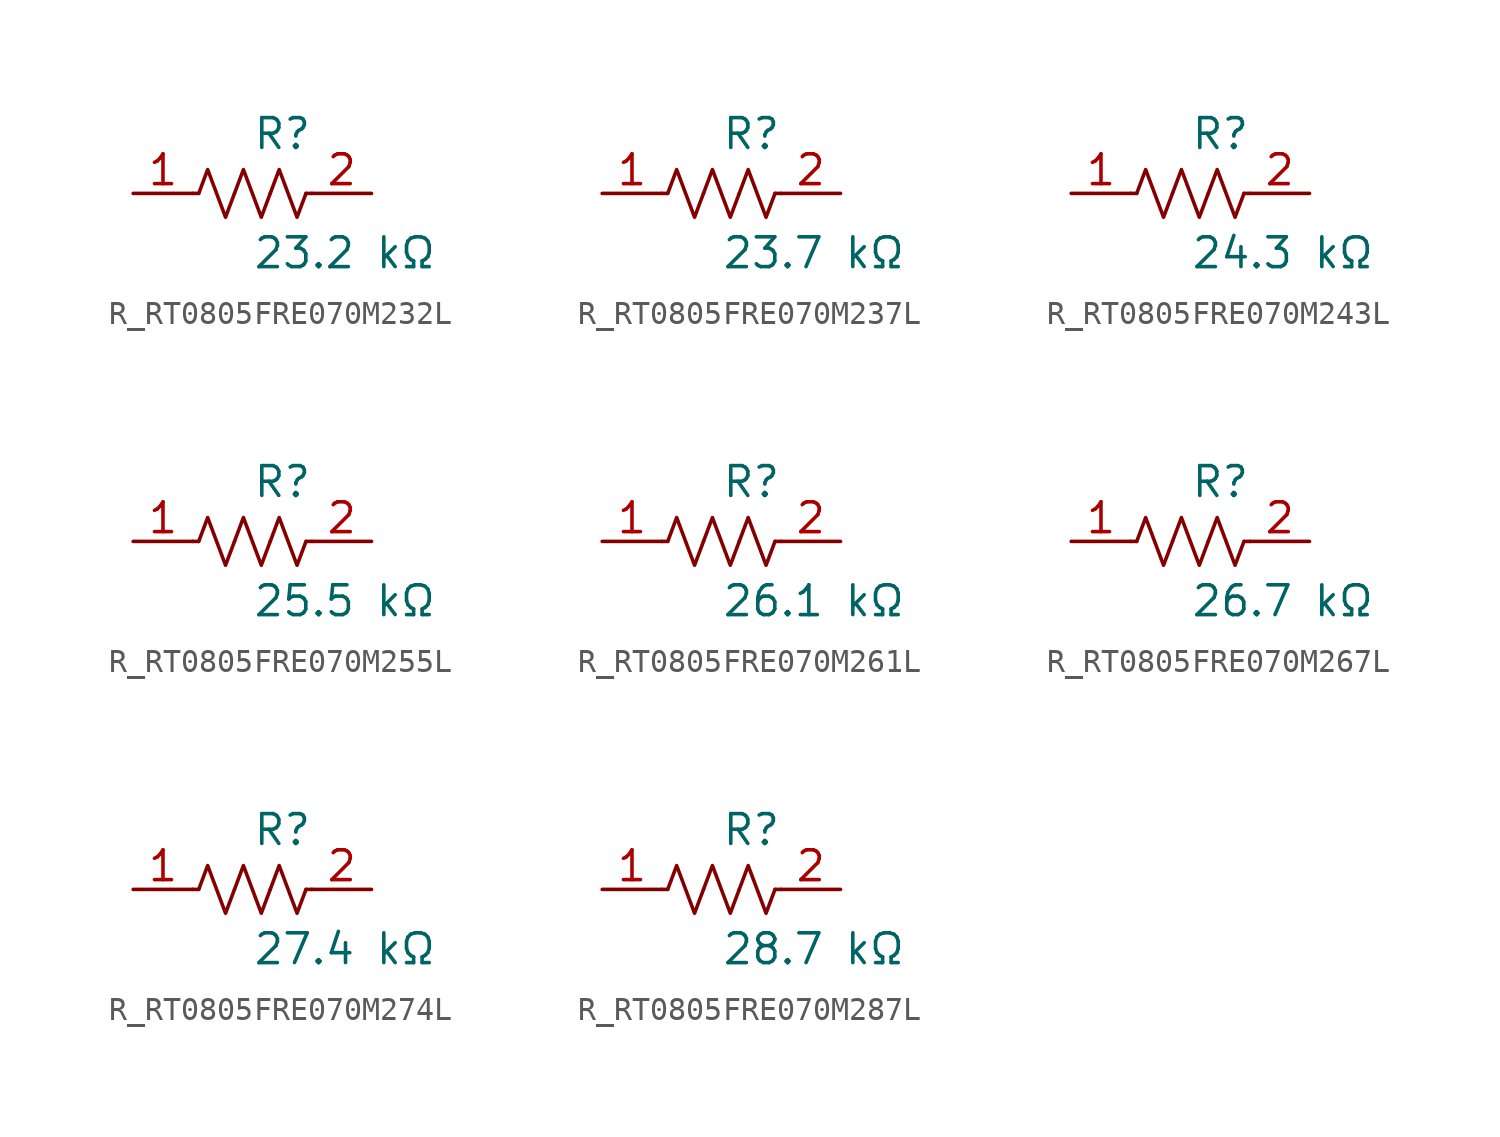
<source format=kicad_sym>
(kicad_symbol_lib
  (version 20231120)
  (generator kicad_symbol_editor)
  (generator_version 8.0)
  (symbol "R_RT0805FRE070M232L"
    (pin_names
      (offset 0.254))
    (property "Reference" "R"
      (at 0.0 2.54 0)
      (effects (font (size 1.27 1.27)) (justify left)))
    (property "Value" "23.2 kΩ"
      (at 0.0 -2.54 0)
      (effects (font (size 1.27 1.27)) (justify left)))
    (symbol "R_RT0805FRE070M232L_0_1"
      (polyline (pts (xy 2.286 0) (xy 2.54 0)) (stroke (width 0) (type default)) (fill (type none)))
      (polyline (pts (xy -2.286 0) (xy -2.54 0)) (stroke (width 0) (type default)) (fill (type none)))
      (polyline (pts (xy 0.762 0) (xy 1.143 1.016) (xy 1.524 0) (xy 1.905 -1.016) (xy 2.286 0)) (stroke (width 0) (type default)) (fill (type none)))
      (polyline (pts (xy -0.762 0) (xy -0.381 1.016) (xy 0 0) (xy 0.381 -1.016) (xy 0.762 0)) (stroke (width 0) (type default)) (fill (type none)))
      (polyline (pts (xy -2.286 0) (xy -1.905 1.016) (xy -1.524 0) (xy -1.143 -1.016) (xy -0.762 0)) (stroke (width 0) (type default)) (fill (type none))))
    (pin unspecified line
      (at -5.08 0 0)
      (length 2.54)
      (name "" (effects (font (size 1.27 1.27))))
      (number "1" (effects (font (size 1.27 1.27)))))
    (pin unspecified line
      (at 5.08 0 180)
      (length 2.54)
      (name "" (effects (font (size 1.27 1.27))))
      (number "2" (effects (font (size 1.27 1.27))))))
  (symbol "R_RT0805FRE070M237L"
    (pin_names
      (offset 0.254))
    (property "Reference" "R"
      (at 0.0 2.54 0)
      (effects (font (size 1.27 1.27)) (justify left)))
    (property "Value" "23.7 kΩ"
      (at 0.0 -2.54 0)
      (effects (font (size 1.27 1.27)) (justify left)))
    (symbol "R_RT0805FRE070M237L_0_1"
      (polyline (pts (xy 2.286 0) (xy 2.54 0)) (stroke (width 0) (type default)) (fill (type none)))
      (polyline (pts (xy -2.286 0) (xy -2.54 0)) (stroke (width 0) (type default)) (fill (type none)))
      (polyline (pts (xy 0.762 0) (xy 1.143 1.016) (xy 1.524 0) (xy 1.905 -1.016) (xy 2.286 0)) (stroke (width 0) (type default)) (fill (type none)))
      (polyline (pts (xy -0.762 0) (xy -0.381 1.016) (xy 0 0) (xy 0.381 -1.016) (xy 0.762 0)) (stroke (width 0) (type default)) (fill (type none)))
      (polyline (pts (xy -2.286 0) (xy -1.905 1.016) (xy -1.524 0) (xy -1.143 -1.016) (xy -0.762 0)) (stroke (width 0) (type default)) (fill (type none))))
    (pin unspecified line
      (at -5.08 0 0)
      (length 2.54)
      (name "" (effects (font (size 1.27 1.27))))
      (number "1" (effects (font (size 1.27 1.27)))))
    (pin unspecified line
      (at 5.08 0 180)
      (length 2.54)
      (name "" (effects (font (size 1.27 1.27))))
      (number "2" (effects (font (size 1.27 1.27))))))
  (symbol "R_RT0805FRE070M243L"
    (pin_names
      (offset 0.254))
    (property "Reference" "R"
      (at 0.0 2.54 0)
      (effects (font (size 1.27 1.27)) (justify left)))
    (property "Value" "24.3 kΩ"
      (at 0.0 -2.54 0)
      (effects (font (size 1.27 1.27)) (justify left)))
    (symbol "R_RT0805FRE070M243L_0_1"
      (polyline (pts (xy 2.286 0) (xy 2.54 0)) (stroke (width 0) (type default)) (fill (type none)))
      (polyline (pts (xy -2.286 0) (xy -2.54 0)) (stroke (width 0) (type default)) (fill (type none)))
      (polyline (pts (xy 0.762 0) (xy 1.143 1.016) (xy 1.524 0) (xy 1.905 -1.016) (xy 2.286 0)) (stroke (width 0) (type default)) (fill (type none)))
      (polyline (pts (xy -0.762 0) (xy -0.381 1.016) (xy 0 0) (xy 0.381 -1.016) (xy 0.762 0)) (stroke (width 0) (type default)) (fill (type none)))
      (polyline (pts (xy -2.286 0) (xy -1.905 1.016) (xy -1.524 0) (xy -1.143 -1.016) (xy -0.762 0)) (stroke (width 0) (type default)) (fill (type none))))
    (pin unspecified line
      (at -5.08 0 0)
      (length 2.54)
      (name "" (effects (font (size 1.27 1.27))))
      (number "1" (effects (font (size 1.27 1.27)))))
    (pin unspecified line
      (at 5.08 0 180)
      (length 2.54)
      (name "" (effects (font (size 1.27 1.27))))
      (number "2" (effects (font (size 1.27 1.27))))))
  (symbol "R_RT0805FRE070M255L"
    (pin_names
      (offset 0.254))
    (property "Reference" "R"
      (at 0.0 2.54 0)
      (effects (font (size 1.27 1.27)) (justify left)))
    (property "Value" "25.5 kΩ"
      (at 0.0 -2.54 0)
      (effects (font (size 1.27 1.27)) (justify left)))
    (symbol "R_RT0805FRE070M255L_0_1"
      (polyline (pts (xy 2.286 0) (xy 2.54 0)) (stroke (width 0) (type default)) (fill (type none)))
      (polyline (pts (xy -2.286 0) (xy -2.54 0)) (stroke (width 0) (type default)) (fill (type none)))
      (polyline (pts (xy 0.762 0) (xy 1.143 1.016) (xy 1.524 0) (xy 1.905 -1.016) (xy 2.286 0)) (stroke (width 0) (type default)) (fill (type none)))
      (polyline (pts (xy -0.762 0) (xy -0.381 1.016) (xy 0 0) (xy 0.381 -1.016) (xy 0.762 0)) (stroke (width 0) (type default)) (fill (type none)))
      (polyline (pts (xy -2.286 0) (xy -1.905 1.016) (xy -1.524 0) (xy -1.143 -1.016) (xy -0.762 0)) (stroke (width 0) (type default)) (fill (type none))))
    (pin unspecified line
      (at -5.08 0 0)
      (length 2.54)
      (name "" (effects (font (size 1.27 1.27))))
      (number "1" (effects (font (size 1.27 1.27)))))
    (pin unspecified line
      (at 5.08 0 180)
      (length 2.54)
      (name "" (effects (font (size 1.27 1.27))))
      (number "2" (effects (font (size 1.27 1.27))))))
  (symbol "R_RT0805FRE070M261L"
    (pin_names
      (offset 0.254))
    (property "Reference" "R"
      (at 0.0 2.54 0)
      (effects (font (size 1.27 1.27)) (justify left)))
    (property "Value" "26.1 kΩ"
      (at 0.0 -2.54 0)
      (effects (font (size 1.27 1.27)) (justify left)))
    (symbol "R_RT0805FRE070M261L_0_1"
      (polyline (pts (xy 2.286 0) (xy 2.54 0)) (stroke (width 0) (type default)) (fill (type none)))
      (polyline (pts (xy -2.286 0) (xy -2.54 0)) (stroke (width 0) (type default)) (fill (type none)))
      (polyline (pts (xy 0.762 0) (xy 1.143 1.016) (xy 1.524 0) (xy 1.905 -1.016) (xy 2.286 0)) (stroke (width 0) (type default)) (fill (type none)))
      (polyline (pts (xy -0.762 0) (xy -0.381 1.016) (xy 0 0) (xy 0.381 -1.016) (xy 0.762 0)) (stroke (width 0) (type default)) (fill (type none)))
      (polyline (pts (xy -2.286 0) (xy -1.905 1.016) (xy -1.524 0) (xy -1.143 -1.016) (xy -0.762 0)) (stroke (width 0) (type default)) (fill (type none))))
    (pin unspecified line
      (at -5.08 0 0)
      (length 2.54)
      (name "" (effects (font (size 1.27 1.27))))
      (number "1" (effects (font (size 1.27 1.27)))))
    (pin unspecified line
      (at 5.08 0 180)
      (length 2.54)
      (name "" (effects (font (size 1.27 1.27))))
      (number "2" (effects (font (size 1.27 1.27))))))
  (symbol "R_RT0805FRE070M267L"
    (pin_names
      (offset 0.254))
    (property "Reference" "R"
      (at 0.0 2.54 0)
      (effects (font (size 1.27 1.27)) (justify left)))
    (property "Value" "26.7 kΩ"
      (at 0.0 -2.54 0)
      (effects (font (size 1.27 1.27)) (justify left)))
    (symbol "R_RT0805FRE070M267L_0_1"
      (polyline (pts (xy 2.286 0) (xy 2.54 0)) (stroke (width 0) (type default)) (fill (type none)))
      (polyline (pts (xy -2.286 0) (xy -2.54 0)) (stroke (width 0) (type default)) (fill (type none)))
      (polyline (pts (xy 0.762 0) (xy 1.143 1.016) (xy 1.524 0) (xy 1.905 -1.016) (xy 2.286 0)) (stroke (width 0) (type default)) (fill (type none)))
      (polyline (pts (xy -0.762 0) (xy -0.381 1.016) (xy 0 0) (xy 0.381 -1.016) (xy 0.762 0)) (stroke (width 0) (type default)) (fill (type none)))
      (polyline (pts (xy -2.286 0) (xy -1.905 1.016) (xy -1.524 0) (xy -1.143 -1.016) (xy -0.762 0)) (stroke (width 0) (type default)) (fill (type none))))
    (pin unspecified line
      (at -5.08 0 0)
      (length 2.54)
      (name "" (effects (font (size 1.27 1.27))))
      (number "1" (effects (font (size 1.27 1.27)))))
    (pin unspecified line
      (at 5.08 0 180)
      (length 2.54)
      (name "" (effects (font (size 1.27 1.27))))
      (number "2" (effects (font (size 1.27 1.27))))))
  (symbol "R_RT0805FRE070M274L"
    (pin_names
      (offset 0.254))
    (property "Reference" "R"
      (at 0.0 2.54 0)
      (effects (font (size 1.27 1.27)) (justify left)))
    (property "Value" "27.4 kΩ"
      (at 0.0 -2.54 0)
      (effects (font (size 1.27 1.27)) (justify left)))
    (symbol "R_RT0805FRE070M274L_0_1"
      (polyline (pts (xy 2.286 0) (xy 2.54 0)) (stroke (width 0) (type default)) (fill (type none)))
      (polyline (pts (xy -2.286 0) (xy -2.54 0)) (stroke (width 0) (type default)) (fill (type none)))
      (polyline (pts (xy 0.762 0) (xy 1.143 1.016) (xy 1.524 0) (xy 1.905 -1.016) (xy 2.286 0)) (stroke (width 0) (type default)) (fill (type none)))
      (polyline (pts (xy -0.762 0) (xy -0.381 1.016) (xy 0 0) (xy 0.381 -1.016) (xy 0.762 0)) (stroke (width 0) (type default)) (fill (type none)))
      (polyline (pts (xy -2.286 0) (xy -1.905 1.016) (xy -1.524 0) (xy -1.143 -1.016) (xy -0.762 0)) (stroke (width 0) (type default)) (fill (type none))))
    (pin unspecified line
      (at -5.08 0 0)
      (length 2.54)
      (name "" (effects (font (size 1.27 1.27))))
      (number "1" (effects (font (size 1.27 1.27)))))
    (pin unspecified line
      (at 5.08 0 180)
      (length 2.54)
      (name "" (effects (font (size 1.27 1.27))))
      (number "2" (effects (font (size 1.27 1.27))))))
  (symbol "R_RT0805FRE070M287L"
    (pin_names
      (offset 0.254))
    (property "Reference" "R"
      (at 0.0 2.54 0)
      (effects (font (size 1.27 1.27)) (justify left)))
    (property "Value" "28.7 kΩ"
      (at 0.0 -2.54 0)
      (effects (font (size 1.27 1.27)) (justify left)))
    (symbol "R_RT0805FRE070M287L_0_1"
      (polyline (pts (xy 2.286 0) (xy 2.54 0)) (stroke (width 0) (type default)) (fill (type none)))
      (polyline (pts (xy -2.286 0) (xy -2.54 0)) (stroke (width 0) (type default)) (fill (type none)))
      (polyline (pts (xy 0.762 0) (xy 1.143 1.016) (xy 1.524 0) (xy 1.905 -1.016) (xy 2.286 0)) (stroke (width 0) (type default)) (fill (type none)))
      (polyline (pts (xy -0.762 0) (xy -0.381 1.016) (xy 0 0) (xy 0.381 -1.016) (xy 0.762 0)) (stroke (width 0) (type default)) (fill (type none)))
      (polyline (pts (xy -2.286 0) (xy -1.905 1.016) (xy -1.524 0) (xy -1.143 -1.016) (xy -0.762 0)) (stroke (width 0) (type default)) (fill (type none))))
    (pin unspecified line
      (at -5.08 0 0)
      (length 2.54)
      (name "" (effects (font (size 1.27 1.27))))
      (number "1" (effects (font (size 1.27 1.27)))))
    (pin unspecified line
      (at 5.08 0 180)
      (length 2.54)
      (name "" (effects (font (size 1.27 1.27))))
      (number "2" (effects (font (size 1.27 1.27)))))))
</source>
